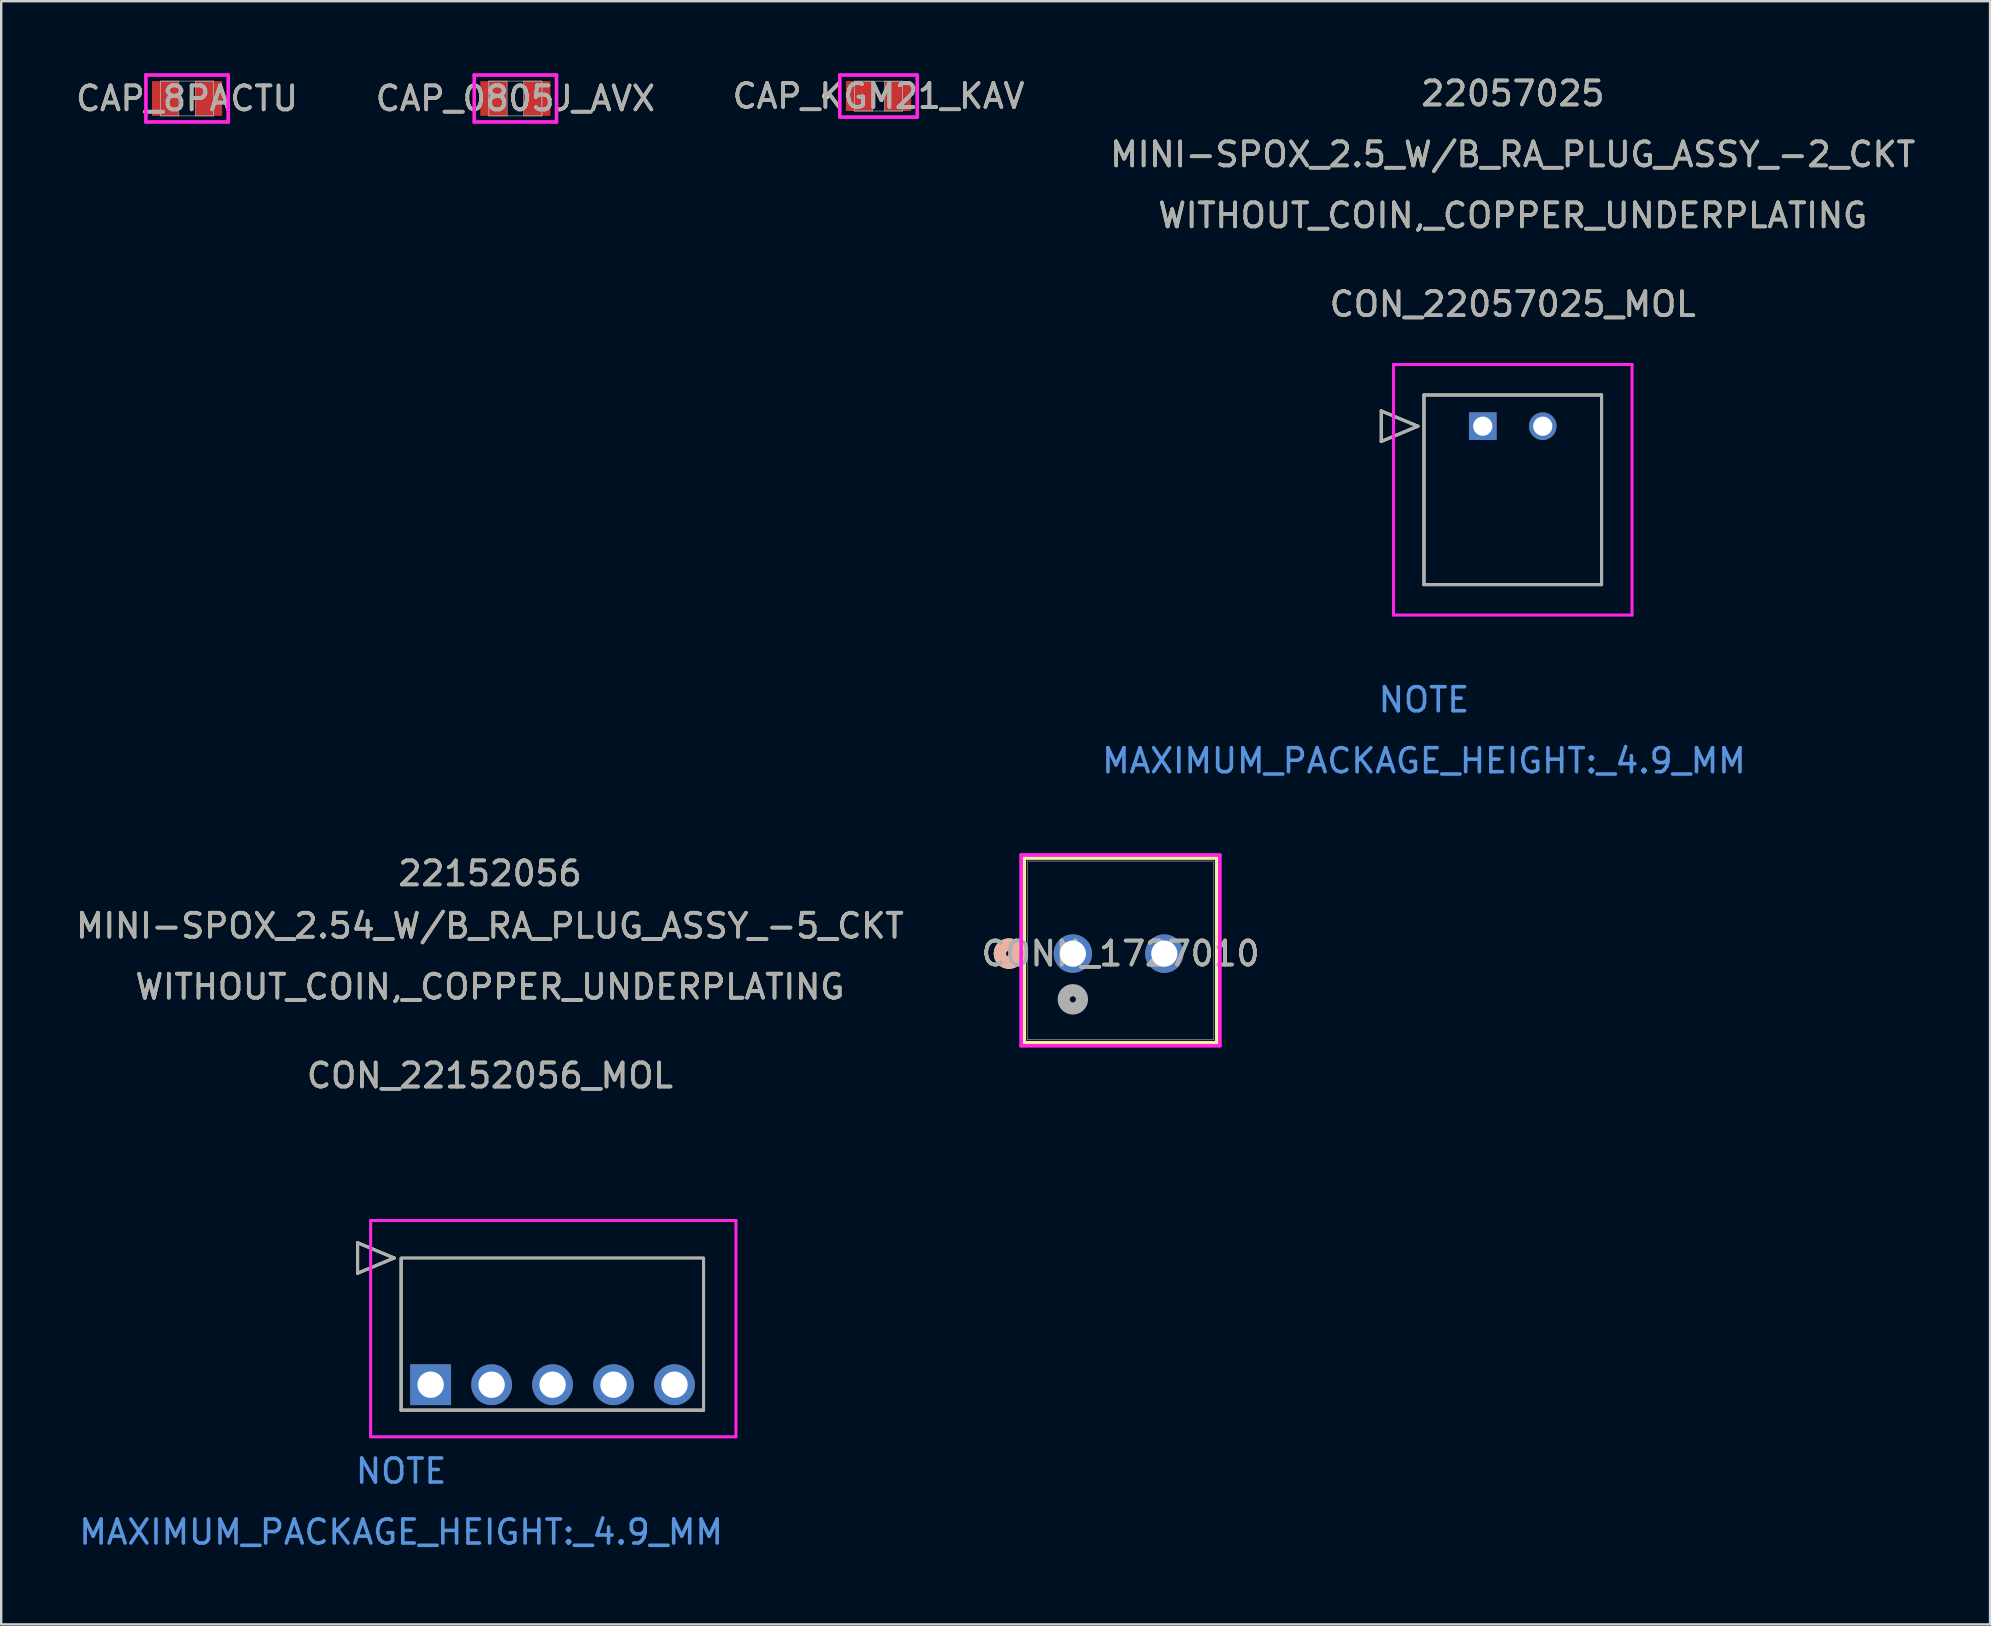
<source format=kicad_pcb>
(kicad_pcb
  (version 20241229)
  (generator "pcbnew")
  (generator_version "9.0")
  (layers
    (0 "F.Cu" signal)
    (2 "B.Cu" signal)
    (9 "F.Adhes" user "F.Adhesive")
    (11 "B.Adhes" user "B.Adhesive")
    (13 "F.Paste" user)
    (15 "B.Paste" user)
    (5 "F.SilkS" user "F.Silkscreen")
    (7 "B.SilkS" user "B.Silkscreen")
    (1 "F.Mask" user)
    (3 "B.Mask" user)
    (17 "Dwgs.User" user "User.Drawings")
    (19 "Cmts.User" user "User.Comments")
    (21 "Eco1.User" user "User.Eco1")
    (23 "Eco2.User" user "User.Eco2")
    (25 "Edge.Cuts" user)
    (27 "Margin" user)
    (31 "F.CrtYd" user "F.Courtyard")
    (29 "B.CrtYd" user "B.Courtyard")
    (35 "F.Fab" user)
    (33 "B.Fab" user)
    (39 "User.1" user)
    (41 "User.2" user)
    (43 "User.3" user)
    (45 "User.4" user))
  (footprint "CAP_0805J_AVX"
    (layer "F.Cu")
    (at 18.423 1.054)
    (property "Reference" "CAP_0805J_AVX" (at 0 0 0) (unlocked yes) (layer "F.SilkS") (effects (font (size 1 1) (thickness 0.15))))
    (attr smd)
    (fp_line (start -1.714 -0.978) (end 1.714 -0.978) (stroke (width 0.152) (type solid)) (layer "F.CrtYd"))
    (fp_line (start -1.714 0.978) (end -1.714 -0.978) (stroke (width 0.152) (type solid)) (layer "F.CrtYd"))
    (fp_line (start 1.714 -0.978) (end 1.714 0.978) (stroke (width 0.152) (type solid)) (layer "F.CrtYd"))
    (fp_line (start 1.714 0.978) (end -1.714 0.978) (stroke (width 0.152) (type solid)) (layer "F.CrtYd"))
    (fp_line (start -1.105 -0.724) (end -1.105 0.724) (stroke (width 0.025) (type solid)) (layer "F.Fab"))
    (fp_line (start -1.105 -0.724) (end -1.105 0.724) (stroke (width 0.025) (type solid)) (layer "F.Fab"))
    (fp_line (start -1.105 0.724) (end -0.343 0.724) (stroke (width 0.025) (type solid)) (layer "F.Fab"))
    (fp_line (start -1.105 0.724) (end 1.105 0.724) (stroke (width 0.025) (type solid)) (layer "F.Fab"))
    (fp_line (start -0.343 -0.724) (end -1.105 -0.724) (stroke (width 0.025) (type solid)) (layer "F.Fab"))
    (fp_line (start -0.343 0.724) (end -0.343 -0.724) (stroke (width 0.025) (type solid)) (layer "F.Fab"))
    (fp_line (start 0.343 -0.724) (end 0.343 0.724) (stroke (width 0.025) (type solid)) (layer "F.Fab"))
    (fp_line (start 0.343 0.724) (end 1.105 0.724) (stroke (width 0.025) (type solid)) (layer "F.Fab"))
    (fp_line (start 1.105 -0.724) (end -1.105 -0.724) (stroke (width 0.025) (type solid)) (layer "F.Fab"))
    (fp_line (start 1.105 -0.724) (end 0.343 -0.724) (stroke (width 0.025) (type solid)) (layer "F.Fab"))
    (fp_line (start 1.105 0.724) (end 1.105 -0.724) (stroke (width 0.025) (type solid)) (layer "F.Fab"))
    (fp_line (start 1.105 0.724) (end 1.105 -0.724) (stroke (width 0.025) (type solid)) (layer "F.Fab"))
    (fp_circle (center -0.851 0) (end -0.851 0) (stroke (width 0.025) (type solid)) (fill no) (layer "F.Fab"))
    (fp_text user "${REFERENCE}" (at 0 0 0) (unlocked yes) (layer "F.Fab") (effects (font (size 1 1) (thickness 0.15))))
    (pad "1" smd rect (at -0.902 0) (size 1.118 1.448) (layers "F.Cu" "F.Mask" "F.Paste"))
    (pad "2" smd rect (at 0.902 0) (size 1.118 1.448) (layers "F.Cu" "F.Mask" "F.Paste"))
    (zone (net_name "") (layer "F.Cu") (hatch full 0.508) (connect_pads) (min_thickness 0.254) (filled_areas_thickness no) (keepout (tracks not_allowed) (vias not_allowed) (pads allowed) (copperpour not_allowed) (footprints allowed)) (placement (enabled no)) (fill) (polygon (pts (xy 18.131 0.381) (xy 18.715 0.381) (xy 18.715 1.727) (xy 18.131 1.727)))))
  (footprint "CON_22057025_MOL"
    (layer "F.Cu")
    (at 58.73 14.708)
    (property "Reference" "CON_22057025_MOL" (at 1.25 -5.08 0) (unlocked yes) (layer "F.SilkS") (effects (font (size 1 1) (thickness 0.15))))
    (attr through_hole)
    (fp_line (start -4.228 -0.635) (end -4.228 0.635) (stroke (width 0.127) (type solid)) (layer "F.SilkS"))
    (fp_line (start -4.228 0.635) (end -2.704 0) (stroke (width 0.127) (type solid)) (layer "F.SilkS"))
    (fp_line (start -2.704 0) (end -4.228 -0.635) (stroke (width 0.127) (type solid)) (layer "F.SilkS"))
    (fp_line (start -2.45 -1.3) (end -2.45 6.6) (stroke (width 0.127) (type solid)) (layer "F.SilkS"))
    (fp_line (start -2.45 6.6) (end 4.95 6.6) (stroke (width 0.127) (type solid)) (layer "F.SilkS"))
    (fp_line (start 4.95 -1.3) (end -2.45 -1.3) (stroke (width 0.127) (type solid)) (layer "F.SilkS"))
    (fp_line (start 4.95 6.6) (end 4.95 -1.3) (stroke (width 0.127) (type solid)) (layer "F.SilkS"))
    (fp_line (start -3.72 -2.57) (end -3.72 7.87) (stroke (width 0.127) (type solid)) (layer "F.CrtYd"))
    (fp_line (start -3.72 7.87) (end 6.22 7.87) (stroke (width 0.127) (type solid)) (layer "F.CrtYd"))
    (fp_line (start 6.22 -2.57) (end -3.72 -2.57) (stroke (width 0.127) (type solid)) (layer "F.CrtYd"))
    (fp_line (start 6.22 7.87) (end 6.22 -2.57) (stroke (width 0.127) (type solid)) (layer "F.CrtYd"))
    (fp_line (start -4.228 -0.635) (end -4.228 0.635) (stroke (width 0.127) (type solid)) (layer "F.Fab"))
    (fp_line (start -4.228 0.635) (end -2.704 0) (stroke (width 0.127) (type solid)) (layer "F.Fab"))
    (fp_line (start -2.704 0) (end -4.228 -0.635) (stroke (width 0.127) (type solid)) (layer "F.Fab"))
    (fp_line (start -2.45 -1.3) (end -2.45 6.6) (stroke (width 0.127) (type solid)) (layer "F.Fab"))
    (fp_line (start -2.45 6.6) (end 4.95 6.6) (stroke (width 0.127) (type solid)) (layer "F.Fab"))
    (fp_line (start 4.95 -1.3) (end -2.45 -1.3) (stroke (width 0.127) (type solid)) (layer "F.Fab"))
    (fp_line (start 4.95 6.6) (end 4.95 -1.3) (stroke (width 0.127) (type solid)) (layer "F.Fab"))
    (fp_text user "MINI-SPOX_2.5_W/B_RA_PLUG_ASSY_-2_CKT" (at 1.25 -11.32 0) (unlocked yes) (layer "F.SilkS") (effects (font (size 1 1) (thickness 0.15))))
    (fp_text user "WITHOUT_COIN,_COPPER_UNDERPLATING" (at 1.25 -8.78 0) (unlocked yes) (layer "F.SilkS") (effects (font (size 1 1) (thickness 0.15))))
    (fp_text user "22057025" (at 1.25 -13.86 0) (unlocked yes) (layer "F.SilkS") (effects (font (size 1 1) (thickness 0.15))))
    (fp_text user "NOTE" (at -2.45 11.4 0) (unlocked yes) (layer "Cmts.User") (effects (font (size 1 1) (thickness 0.15))))
    (fp_text user "MAXIMUM_PACKAGE_HEIGHT:_4.9_MM" (at -2.45 13.94 0) (unlocked yes) (layer "Cmts.User") (effects (font (size 1 1) (thickness 0.15))))
    (fp_text user "MINI-SPOX_2.5_W/B_RA_PLUG_ASSY_-2_CKT" (at 1.25 -11.32 0) (unlocked yes) (layer "F.Fab") (effects (font (size 1 1) (thickness 0.15))))
    (fp_text user "${REFERENCE}" (at 1.25 -5.08 0) (unlocked yes) (layer "F.Fab") (effects (font (size 1 1) (thickness 0.15))))
    (fp_text user "WITHOUT_COIN,_COPPER_UNDERPLATING" (at 1.25 -8.78 0) (unlocked yes) (layer "F.Fab") (effects (font (size 1 1) (thickness 0.15))))
    (fp_text user "22057025" (at 1.25 -13.86 0) (unlocked yes) (layer "F.Fab") (effects (font (size 1 1) (thickness 0.15))))
    (pad "1" thru_hole rect (at 0 0) (size 1.15 1.15) (drill 0.8) (layers "*.Cu" "*.Mask"))
    (pad "2" thru_hole circle (at 2.5 0) (size 1.15 1.15) (drill 0.8) (layers "*.Cu" "*.Mask")))
  (footprint "CAP_8PACTU"
    (layer "F.Cu")
    (at 4.744 1.054)
    (property "Reference" "CAP_8PACTU" (at 0 0 0) (unlocked yes) (layer "F.SilkS") (effects (font (size 1 1) (thickness 0.15))))
    (attr smd)
    (fp_line (start -1.714 -0.978) (end 1.714 -0.978) (stroke (width 0.152) (type solid)) (layer "F.CrtYd"))
    (fp_line (start -1.714 0.978) (end -1.714 -0.978) (stroke (width 0.152) (type solid)) (layer "F.CrtYd"))
    (fp_line (start 1.714 -0.978) (end 1.714 0.978) (stroke (width 0.152) (type solid)) (layer "F.CrtYd"))
    (fp_line (start 1.714 0.978) (end -1.714 0.978) (stroke (width 0.152) (type solid)) (layer "F.CrtYd"))
    (fp_line (start -1.105 -0.724) (end -1.105 0.724) (stroke (width 0.025) (type solid)) (layer "F.Fab"))
    (fp_line (start -1.105 -0.724) (end -1.105 0.724) (stroke (width 0.025) (type solid)) (layer "F.Fab"))
    (fp_line (start -1.105 0.724) (end -0.343 0.724) (stroke (width 0.025) (type solid)) (layer "F.Fab"))
    (fp_line (start -1.105 0.724) (end 1.105 0.724) (stroke (width 0.025) (type solid)) (layer "F.Fab"))
    (fp_line (start -0.343 -0.724) (end -1.105 -0.724) (stroke (width 0.025) (type solid)) (layer "F.Fab"))
    (fp_line (start -0.343 0.724) (end -0.343 -0.724) (stroke (width 0.025) (type solid)) (layer "F.Fab"))
    (fp_line (start 0.343 -0.724) (end 0.343 0.724) (stroke (width 0.025) (type solid)) (layer "F.Fab"))
    (fp_line (start 0.343 0.724) (end 1.105 0.724) (stroke (width 0.025) (type solid)) (layer "F.Fab"))
    (fp_line (start 1.105 -0.724) (end -1.105 -0.724) (stroke (width 0.025) (type solid)) (layer "F.Fab"))
    (fp_line (start 1.105 -0.724) (end 0.343 -0.724) (stroke (width 0.025) (type solid)) (layer "F.Fab"))
    (fp_line (start 1.105 0.724) (end 1.105 -0.724) (stroke (width 0.025) (type solid)) (layer "F.Fab"))
    (fp_line (start 1.105 0.724) (end 1.105 -0.724) (stroke (width 0.025) (type solid)) (layer "F.Fab"))
    (fp_circle (center -0.775 0) (end -0.775 0) (stroke (width 0.025) (type solid)) (fill no) (layer "F.Fab"))
    (fp_text user "${REFERENCE}" (at 0 0 0) (unlocked yes) (layer "F.Fab") (effects (font (size 1 1) (thickness 0.15))))
    (pad "1" smd rect (at -0.902 0) (size 1.118 1.448) (layers "F.Cu" "F.Mask" "F.Paste"))
    (pad "2" smd rect (at 0.902 0) (size 1.118 1.448) (layers "F.Cu" "F.Mask" "F.Paste"))
    (zone (net_name "") (layer "F.Cu") (hatch full 0.508) (connect_pads) (min_thickness 0.254) (filled_areas_thickness no) (keepout (tracks not_allowed) (vias not_allowed) (pads allowed) (copperpour not_allowed) (footprints allowed)) (placement (enabled no)) (fill) (polygon (pts (xy 4.452 0.381) (xy 5.036 0.381) (xy 5.036 1.727) (xy 4.452 1.727)))))
  (footprint "CON_22152056_MOL"
    (layer "F.Cu")
    (at 16.113 46.845)
    (property "Reference" "CON_22152056_MOL" (at 1.25 -5.08 0) (unlocked yes) (layer "F.SilkS") (effects (font (size 1 1) (thickness 0.15))))
    (attr through_hole)
    (fp_line (start -4.264 1.885) (end -4.264 3.155) (stroke (width 0.127) (type solid)) (layer "F.SilkS"))
    (fp_line (start -4.264 3.155) (end -2.74 2.52) (stroke (width 0.127) (type solid)) (layer "F.SilkS"))
    (fp_line (start -2.74 2.52) (end -4.264 1.885) (stroke (width 0.127) (type solid)) (layer "F.SilkS"))
    (fp_line (start -2.45 2.55) (end -2.45 8.86) (stroke (width 0.127) (type solid)) (layer "F.SilkS"))
    (fp_line (start -2.45 8.86) (end 10.15 8.86) (stroke (width 0.127) (type solid)) (layer "F.SilkS"))
    (fp_line (start -2.43 2.52) (end 10.15 2.52) (stroke (width 0.1) (type default)) (layer "F.SilkS"))
    (fp_line (start 10.15 8.86) (end 10.15 2.55) (stroke (width 0.127) (type solid)) (layer "F.SilkS"))
    (fp_line (start -3.72 0.96) (end -3.72 9.97) (stroke (width 0.127) (type solid)) (layer "F.CrtYd"))
    (fp_line (start -3.72 9.97) (end 11.5 9.97) (stroke (width 0.127) (type solid)) (layer "F.CrtYd"))
    (fp_line (start 11.5 0.96) (end -3.72 0.96) (stroke (width 0.127) (type solid)) (layer "F.CrtYd"))
    (fp_line (start 11.5 9.97) (end 11.5 0.96) (stroke (width 0.127) (type solid)) (layer "F.CrtYd"))
    (fp_line (start -4.264 1.885) (end -4.264 3.155) (stroke (width 0.127) (type solid)) (layer "F.Fab"))
    (fp_line (start -4.264 3.155) (end -2.74 2.52) (stroke (width 0.127) (type solid)) (layer "F.Fab"))
    (fp_line (start -2.74 2.52) (end -4.264 1.885) (stroke (width 0.127) (type solid)) (layer "F.Fab"))
    (fp_line (start -2.45 2.55) (end -2.45 8.86) (stroke (width 0.127) (type solid)) (layer "F.Fab"))
    (fp_line (start -2.45 8.86) (end 10.15 8.86) (stroke (width 0.127) (type solid)) (layer "F.Fab"))
    (fp_line (start 10.15 2.52) (end -2.45 2.52) (stroke (width 0.127) (type solid)) (layer "F.Fab"))
    (fp_line (start 10.15 8.86) (end 10.15 2.55) (stroke (width 0.127) (type solid)) (layer "F.Fab"))
    (fp_text user "MINI-SPOX_2.54_W/B_RA_PLUG_ASSY_-5_CKT" (at 1.25 -11.32 0) (unlocked yes) (layer "F.SilkS") (effects (font (size 1 1) (thickness 0.15))))
    (fp_text user "WITHOUT_COIN,_COPPER_UNDERPLATING" (at 1.25 -8.78 0) (unlocked yes) (layer "F.SilkS") (effects (font (size 1 1) (thickness 0.15))))
    (fp_text user "22152056" (at 1.25 -13.5 0) (unlocked yes) (layer "F.SilkS") (effects (font (size 1 1) (thickness 0.15))))
    (fp_text user "NOTE" (at -2.45 11.4 0) (unlocked yes) (layer "Cmts.User") (effects (font (size 1 1) (thickness 0.15))))
    (fp_text user "MAXIMUM_PACKAGE_HEIGHT:_4.9_MM" (at -2.45 13.94 0) (unlocked yes) (layer "Cmts.User") (effects (font (size 1 1) (thickness 0.15))))
    (fp_text user "WITHOUT_COIN,_COPPER_UNDERPLATING" (at 1.25 -8.78 0) (unlocked yes) (layer "F.Fab") (effects (font (size 1 1) (thickness 0.15))))
    (fp_text user "${REFERENCE}" (at 1.25 -5.08 0) (unlocked yes) (layer "F.Fab") (effects (font (size 1 1) (thickness 0.15))))
    (fp_text user "22152056" (at 1.25 -13.5 0) (unlocked yes) (layer "F.Fab") (effects (font (size 1 1) (thickness 0.15))))
    (fp_text user "MINI-SPOX_2.54_W/B_RA_PLUG_ASSY_-5_CKT" (at 1.25 -11.32 0) (unlocked yes) (layer "F.Fab") (effects (font (size 1 1) (thickness 0.15))))
    (pad "1" thru_hole rect (at -1.22 7.8) (size 1.7 1.7) (drill 1.1) (layers "*.Cu" "*.Mask"))
    (pad "2" thru_hole circle (at 1.32 7.8) (size 1.7 1.7) (drill 1.1) (layers "*.Cu" "*.Mask"))
    (pad "3" thru_hole circle (at 3.86 7.8) (size 1.7 1.7) (drill 1.1) (layers "*.Cu" "*.Mask"))
    (pad "4" thru_hole circle (at 6.4 7.8) (size 1.7 1.7) (drill 1.1) (layers "*.Cu" "*.Mask"))
    (pad "5" thru_hole circle (at 8.94 7.8) (size 1.7 1.7) (drill 1.1) (layers "*.Cu" "*.Mask")))
  (footprint "CONN_1727010"
    (layer "F.Cu")
    (at 45.623 36.683)
    (property "Reference" "CONN_1727010" (at -1.986 0 0) (unlocked yes) (layer "F.SilkS") (effects (font (size 1 1) (thickness 0.15))))
    (attr through_hole)
    (fp_line (start -5.999 -3.983) (end -5.999 3.713) (stroke (width 0.152) (type solid)) (layer "F.SilkS"))
    (fp_line (start -5.999 3.713) (end 2.027 3.713) (stroke (width 0.152) (type solid)) (layer "F.SilkS"))
    (fp_line (start 2.027 -3.983) (end -5.999 -3.983) (stroke (width 0.152) (type solid)) (layer "F.SilkS"))
    (fp_line (start 2.027 3.713) (end 2.027 -3.983) (stroke (width 0.152) (type solid)) (layer "F.SilkS"))
    (fp_circle (center -6.634 0) (end -6.253 0) (stroke (width 0.508) (type solid)) (fill no) (layer "F.SilkS"))
    (fp_circle (center -6.634 0) (end -6.253 0) (stroke (width 0.508) (type solid)) (fill no) (layer "B.SilkS"))
    (fp_line (start -6.126 -4.11) (end -6.126 3.84) (stroke (width 0.152) (type solid)) (layer "F.CrtYd"))
    (fp_line (start -6.126 3.84) (end 2.154 3.84) (stroke (width 0.152) (type solid)) (layer "F.CrtYd"))
    (fp_line (start 2.154 -4.11) (end -6.126 -4.11) (stroke (width 0.152) (type solid)) (layer "F.CrtYd"))
    (fp_line (start 2.154 3.84) (end 2.154 -4.11) (stroke (width 0.152) (type solid)) (layer "F.CrtYd"))
    (fp_line (start -5.872 -3.856) (end -5.872 3.586) (stroke (width 0.025) (type solid)) (layer "F.Fab"))
    (fp_line (start -5.872 3.586) (end 1.9 3.586) (stroke (width 0.025) (type solid)) (layer "F.Fab"))
    (fp_line (start 1.9 -3.856) (end -5.872 -3.856) (stroke (width 0.025) (type solid)) (layer "F.Fab"))
    (fp_line (start 1.9 3.586) (end 1.9 -3.856) (stroke (width 0.025) (type solid)) (layer "F.Fab"))
    (fp_circle (center -3.972 1.905) (end -3.591 1.905) (stroke (width 0.508) (type solid)) (fill no) (layer "F.Fab"))
    (fp_text user "${REFERENCE}" (at -1.986 0 0) (unlocked yes) (layer "F.Fab") (effects (font (size 1 1) (thickness 0.15))))
    (pad "1" thru_hole circle (at -3.972 0) (size 1.6 1.6) (drill 1.092) (layers "*.Cu" "*.Mask"))
    (pad "2" thru_hole circle (at -0.162 0) (size 1.6 1.6) (drill 1.092) (layers "*.Cu" "*.Mask")))
  (footprint "CAP_KGM21_KAV"
    (layer "F.Cu")
    (at 33.554 0.953)
    (property "Reference" "CAP_KGM21_KAV" (at 0 0 0) (unlocked yes) (layer "F.SilkS") (effects (font (size 1 1) (thickness 0.15))))
    (attr smd)
    (fp_circle (center -2.197 0) (end -2.121 0) (stroke (width 0.152) (type solid)) (fill no) (layer "F.SilkS"))
    (fp_line (start -1.613 -0.876) (end 1.613 -0.876) (stroke (width 0.152) (type solid)) (layer "F.CrtYd"))
    (fp_line (start -1.613 0.876) (end -1.613 -0.876) (stroke (width 0.152) (type solid)) (layer "F.CrtYd"))
    (fp_line (start 1.613 -0.876) (end 1.613 0.876) (stroke (width 0.152) (type solid)) (layer "F.CrtYd"))
    (fp_line (start 1.613 0.876) (end -1.613 0.876) (stroke (width 0.152) (type solid)) (layer "F.CrtYd"))
    (fp_line (start -1.003 -0.622) (end -1.003 0.622) (stroke (width 0.025) (type solid)) (layer "F.Fab"))
    (fp_line (start -1.003 -0.622) (end -1.003 0.622) (stroke (width 0.025) (type solid)) (layer "F.Fab"))
    (fp_line (start -1.003 0.622) (end -0.241 0.622) (stroke (width 0.025) (type solid)) (layer "F.Fab"))
    (fp_line (start -1.003 0.622) (end 1.003 0.622) (stroke (width 0.025) (type solid)) (layer "F.Fab"))
    (fp_line (start -0.241 -0.622) (end -1.003 -0.622) (stroke (width 0.025) (type solid)) (layer "F.Fab"))
    (fp_line (start -0.241 0.622) (end -0.241 -0.622) (stroke (width 0.025) (type solid)) (layer "F.Fab"))
    (fp_line (start 0.241 -0.622) (end 0.241 0.622) (stroke (width 0.025) (type solid)) (layer "F.Fab"))
    (fp_line (start 0.241 0.622) (end 1.003 0.622) (stroke (width 0.025) (type solid)) (layer "F.Fab"))
    (fp_line (start 1.003 -0.622) (end -1.003 -0.622) (stroke (width 0.025) (type solid)) (layer "F.Fab"))
    (fp_line (start 1.003 -0.622) (end 0.241 -0.622) (stroke (width 0.025) (type solid)) (layer "F.Fab"))
    (fp_line (start 1.003 0.622) (end 1.003 -0.622) (stroke (width 0.025) (type solid)) (layer "F.Fab"))
    (fp_line (start 1.003 0.622) (end 1.003 -0.622) (stroke (width 0.025) (type solid)) (layer "F.Fab"))
    (fp_circle (center -0.673 0) (end -0.597 0) (stroke (width 0.025) (type solid)) (fill no) (layer "F.Fab"))
    (fp_text user "${REFERENCE}" (at 0 0 0) (unlocked yes) (layer "F.Fab") (effects (font (size 1 1) (thickness 0.15))))
    (pad "1" smd rect (at -0.8 0) (size 1.118 1.245) (layers "F.Cu" "F.Mask" "F.Paste"))
    (pad "2" smd rect (at 0.8 0) (size 1.118 1.245) (layers "F.Cu" "F.Mask" "F.Paste"))
    (zone (net_name "") (layer "F.Cu") (hatch full 0.508) (connect_pads) (min_thickness 0.254) (filled_areas_thickness no) (keepout (tracks not_allowed) (vias not_allowed) (pads allowed) (copperpour not_allowed) (footprints allowed)) (placement (enabled no)) (fill) (polygon (pts (xy 33.363 0.381) (xy 33.744 0.381) (xy 33.744 1.524) (xy 33.363 1.524)))))
  (gr_rect
    (start -3 -3)
    (end 79.867 64.633)
    (stroke (width 0.1) (type default))
    (fill no)
    (layer "Edge.Cuts")))
</source>
